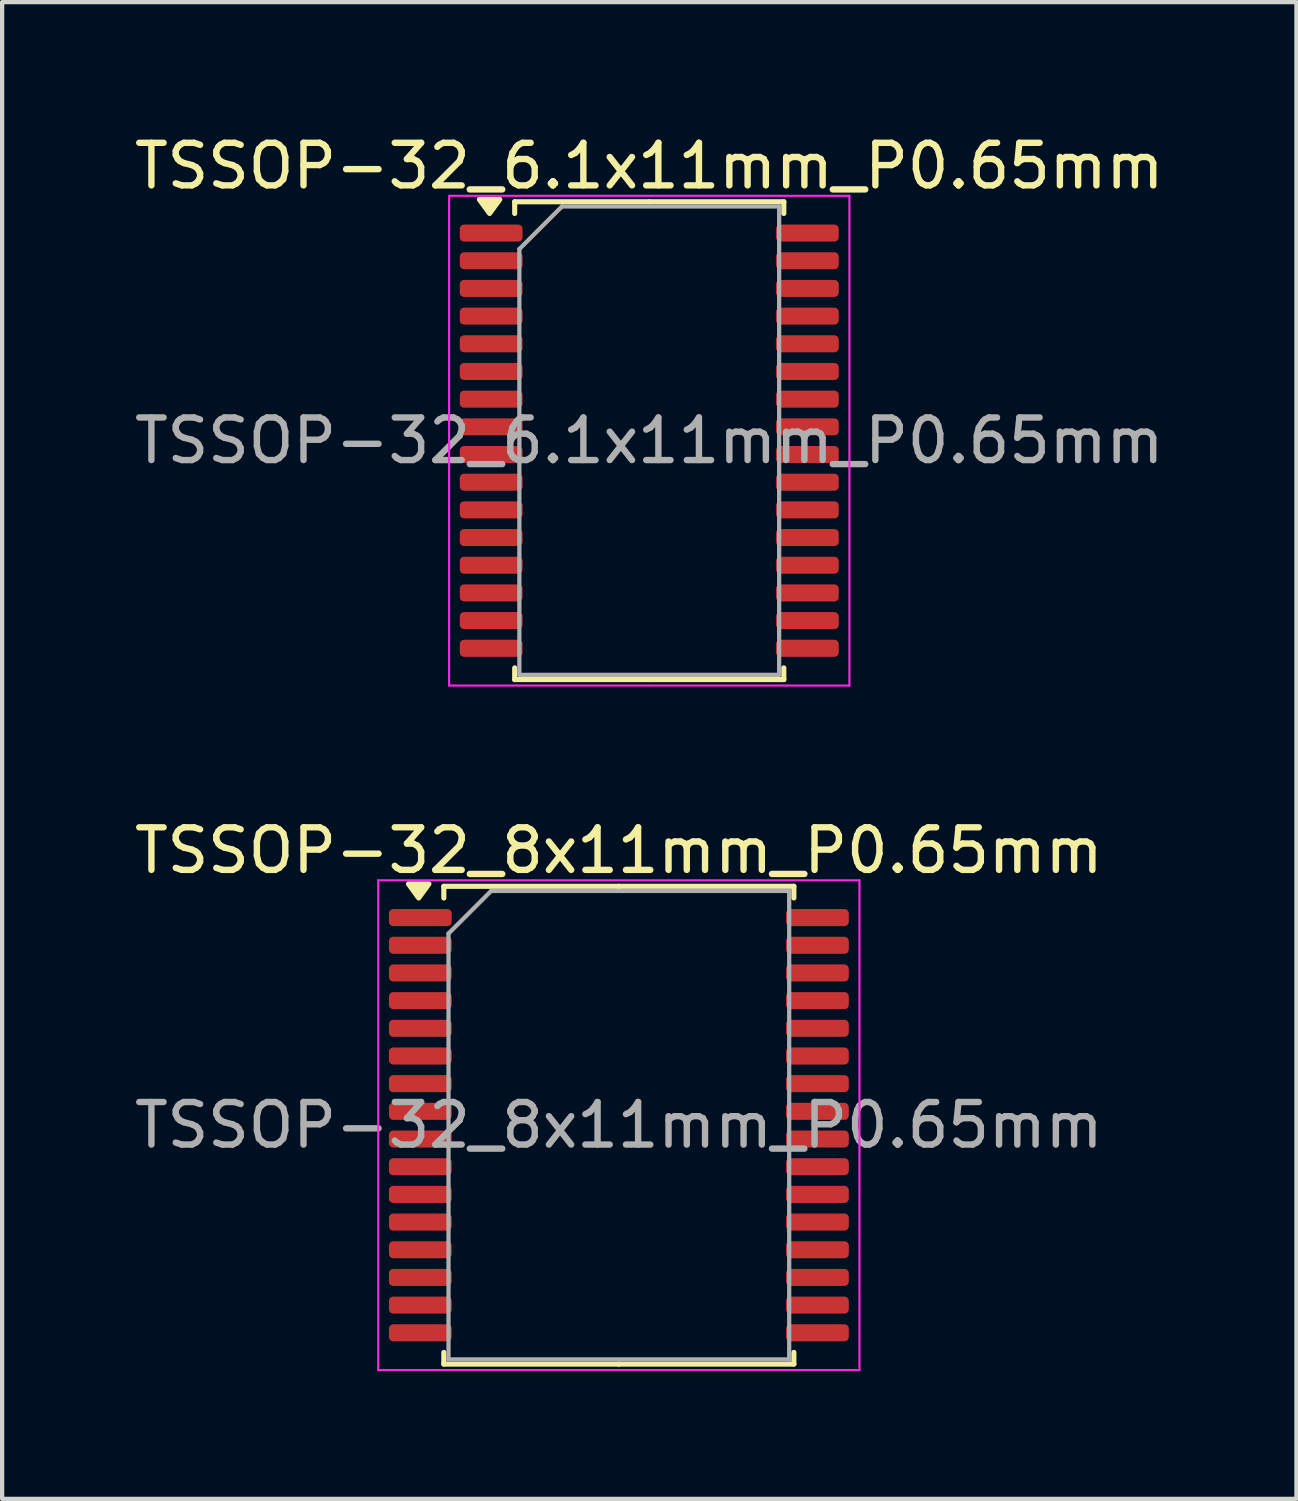
<source format=kicad_pcb>
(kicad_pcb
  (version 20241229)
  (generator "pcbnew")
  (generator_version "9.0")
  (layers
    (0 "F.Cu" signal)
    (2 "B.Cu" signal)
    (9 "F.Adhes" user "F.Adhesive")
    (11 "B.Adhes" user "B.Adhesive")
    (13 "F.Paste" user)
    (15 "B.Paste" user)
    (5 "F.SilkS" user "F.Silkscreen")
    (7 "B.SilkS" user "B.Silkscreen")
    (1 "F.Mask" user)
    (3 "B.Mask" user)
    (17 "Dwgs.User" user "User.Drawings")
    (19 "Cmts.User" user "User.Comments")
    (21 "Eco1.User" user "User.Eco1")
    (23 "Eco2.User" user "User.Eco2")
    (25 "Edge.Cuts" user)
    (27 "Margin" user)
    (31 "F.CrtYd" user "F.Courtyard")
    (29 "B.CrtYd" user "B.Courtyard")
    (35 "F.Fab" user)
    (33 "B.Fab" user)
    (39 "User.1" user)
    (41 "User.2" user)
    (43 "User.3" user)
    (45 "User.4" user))
  (footprint "TSSOP-32_8x11mm_P0.65mm"
    (layer "F.Cu")
    (at 11.482 23.372)
    (property "Reference" "TSSOP-32_8x11mm_P0.65mm" (at 0 -6.45 0) (layer "F.SilkS") (effects (font (size 1 1) (thickness 0.15))))
    (attr smd)
    (fp_line (start -4.11 -5.61) (end -4.11 -5.335) (stroke (width 0.12) (type solid)) (layer "F.SilkS"))
    (fp_line (start -4.11 5.61) (end -4.11 5.335) (stroke (width 0.12) (type solid)) (layer "F.SilkS"))
    (fp_line (start 0 -5.61) (end -4.11 -5.61) (stroke (width 0.12) (type solid)) (layer "F.SilkS"))
    (fp_line (start 0 -5.61) (end 4.11 -5.61) (stroke (width 0.12) (type solid)) (layer "F.SilkS"))
    (fp_line (start 0 5.61) (end -4.11 5.61) (stroke (width 0.12) (type solid)) (layer "F.SilkS"))
    (fp_line (start 0 5.61) (end 4.11 5.61) (stroke (width 0.12) (type solid)) (layer "F.SilkS"))
    (fp_line (start 4.11 -5.61) (end 4.11 -5.335) (stroke (width 0.12) (type solid)) (layer "F.SilkS"))
    (fp_line (start 4.11 5.61) (end 4.11 5.335) (stroke (width 0.12) (type solid)) (layer "F.SilkS"))
    (fp_poly (pts (xy -4.7 -5.335) (xy -4.94 -5.665) (xy -4.46 -5.665) (xy -4.7 -5.335)) (stroke (width 0.12) (type solid)) (fill yes) (layer "F.SilkS"))
    (fp_line (start -5.65 -5.75) (end -5.65 5.75) (stroke (width 0.05) (type solid)) (layer "F.CrtYd"))
    (fp_line (start -5.65 5.75) (end 5.65 5.75) (stroke (width 0.05) (type solid)) (layer "F.CrtYd"))
    (fp_line (start 5.65 -5.75) (end -5.65 -5.75) (stroke (width 0.05) (type solid)) (layer "F.CrtYd"))
    (fp_line (start 5.65 5.75) (end 5.65 -5.75) (stroke (width 0.05) (type solid)) (layer "F.CrtYd"))
    (fp_line (start -4 -4.5) (end -3 -5.5) (stroke (width 0.1) (type solid)) (layer "F.Fab"))
    (fp_line (start -4 5.5) (end -4 -4.5) (stroke (width 0.1) (type solid)) (layer "F.Fab"))
    (fp_line (start -3 -5.5) (end 4 -5.5) (stroke (width 0.1) (type solid)) (layer "F.Fab"))
    (fp_line (start 4 -5.5) (end 4 5.5) (stroke (width 0.1) (type solid)) (layer "F.Fab"))
    (fp_line (start 4 5.5) (end -4 5.5) (stroke (width 0.1) (type solid)) (layer "F.Fab"))
    (fp_text user "${REFERENCE}" (at 0 0 0) (layer "F.Fab") (effects (font (size 1 1) (thickness 0.15))))
    (pad "1" smd roundrect (at -4.662 -4.875) (size 1.475 0.4) (layers "F.Cu" "F.Mask" "F.Paste") (roundrect_rratio 0.25))
    (pad "2" smd roundrect (at -4.662 -4.225) (size 1.475 0.4) (layers "F.Cu" "F.Mask" "F.Paste") (roundrect_rratio 0.25))
    (pad "3" smd roundrect (at -4.662 -3.575) (size 1.475 0.4) (layers "F.Cu" "F.Mask" "F.Paste") (roundrect_rratio 0.25))
    (pad "4" smd roundrect (at -4.662 -2.925) (size 1.475 0.4) (layers "F.Cu" "F.Mask" "F.Paste") (roundrect_rratio 0.25))
    (pad "5" smd roundrect (at -4.662 -2.275) (size 1.475 0.4) (layers "F.Cu" "F.Mask" "F.Paste") (roundrect_rratio 0.25))
    (pad "6" smd roundrect (at -4.662 -1.625) (size 1.475 0.4) (layers "F.Cu" "F.Mask" "F.Paste") (roundrect_rratio 0.25))
    (pad "7" smd roundrect (at -4.662 -0.975) (size 1.475 0.4) (layers "F.Cu" "F.Mask" "F.Paste") (roundrect_rratio 0.25))
    (pad "8" smd roundrect (at -4.662 -0.325) (size 1.475 0.4) (layers "F.Cu" "F.Mask" "F.Paste") (roundrect_rratio 0.25))
    (pad "9" smd roundrect (at -4.662 0.325) (size 1.475 0.4) (layers "F.Cu" "F.Mask" "F.Paste") (roundrect_rratio 0.25))
    (pad "10" smd roundrect (at -4.662 0.975) (size 1.475 0.4) (layers "F.Cu" "F.Mask" "F.Paste") (roundrect_rratio 0.25))
    (pad "11" smd roundrect (at -4.662 1.625) (size 1.475 0.4) (layers "F.Cu" "F.Mask" "F.Paste") (roundrect_rratio 0.25))
    (pad "12" smd roundrect (at -4.662 2.275) (size 1.475 0.4) (layers "F.Cu" "F.Mask" "F.Paste") (roundrect_rratio 0.25))
    (pad "13" smd roundrect (at -4.662 2.925) (size 1.475 0.4) (layers "F.Cu" "F.Mask" "F.Paste") (roundrect_rratio 0.25))
    (pad "14" smd roundrect (at -4.662 3.575) (size 1.475 0.4) (layers "F.Cu" "F.Mask" "F.Paste") (roundrect_rratio 0.25))
    (pad "15" smd roundrect (at -4.662 4.225) (size 1.475 0.4) (layers "F.Cu" "F.Mask" "F.Paste") (roundrect_rratio 0.25))
    (pad "16" smd roundrect (at -4.662 4.875) (size 1.475 0.4) (layers "F.Cu" "F.Mask" "F.Paste") (roundrect_rratio 0.25))
    (pad "17" smd roundrect (at 4.662 4.875) (size 1.475 0.4) (layers "F.Cu" "F.Mask" "F.Paste") (roundrect_rratio 0.25))
    (pad "18" smd roundrect (at 4.662 4.225) (size 1.475 0.4) (layers "F.Cu" "F.Mask" "F.Paste") (roundrect_rratio 0.25))
    (pad "19" smd roundrect (at 4.662 3.575) (size 1.475 0.4) (layers "F.Cu" "F.Mask" "F.Paste") (roundrect_rratio 0.25))
    (pad "20" smd roundrect (at 4.662 2.925) (size 1.475 0.4) (layers "F.Cu" "F.Mask" "F.Paste") (roundrect_rratio 0.25))
    (pad "21" smd roundrect (at 4.662 2.275) (size 1.475 0.4) (layers "F.Cu" "F.Mask" "F.Paste") (roundrect_rratio 0.25))
    (pad "22" smd roundrect (at 4.662 1.625) (size 1.475 0.4) (layers "F.Cu" "F.Mask" "F.Paste") (roundrect_rratio 0.25))
    (pad "23" smd roundrect (at 4.662 0.975) (size 1.475 0.4) (layers "F.Cu" "F.Mask" "F.Paste") (roundrect_rratio 0.25))
    (pad "24" smd roundrect (at 4.662 0.325) (size 1.475 0.4) (layers "F.Cu" "F.Mask" "F.Paste") (roundrect_rratio 0.25))
    (pad "25" smd roundrect (at 4.662 -0.325) (size 1.475 0.4) (layers "F.Cu" "F.Mask" "F.Paste") (roundrect_rratio 0.25))
    (pad "26" smd roundrect (at 4.662 -0.975) (size 1.475 0.4) (layers "F.Cu" "F.Mask" "F.Paste") (roundrect_rratio 0.25))
    (pad "27" smd roundrect (at 4.662 -1.625) (size 1.475 0.4) (layers "F.Cu" "F.Mask" "F.Paste") (roundrect_rratio 0.25))
    (pad "28" smd roundrect (at 4.662 -2.275) (size 1.475 0.4) (layers "F.Cu" "F.Mask" "F.Paste") (roundrect_rratio 0.25))
    (pad "29" smd roundrect (at 4.662 -2.925) (size 1.475 0.4) (layers "F.Cu" "F.Mask" "F.Paste") (roundrect_rratio 0.25))
    (pad "30" smd roundrect (at 4.662 -3.575) (size 1.475 0.4) (layers "F.Cu" "F.Mask" "F.Paste") (roundrect_rratio 0.25))
    (pad "31" smd roundrect (at 4.662 -4.225) (size 1.475 0.4) (layers "F.Cu" "F.Mask" "F.Paste") (roundrect_rratio 0.25))
    (pad "32" smd roundrect (at 4.662 -4.875) (size 1.475 0.4) (layers "F.Cu" "F.Mask" "F.Paste") (roundrect_rratio 0.25)))
  (footprint "TSSOP-32_6.1x11mm_P0.65mm"
    (layer "F.Cu")
    (at 12.196 7.298)
    (property "Reference" "TSSOP-32_6.1x11mm_P0.65mm" (at 0 -6.45 0) (layer "F.SilkS") (effects (font (size 1 1) (thickness 0.15))))
    (attr smd)
    (fp_line (start -3.16 -5.61) (end -3.16 -5.335) (stroke (width 0.12) (type solid)) (layer "F.SilkS"))
    (fp_line (start -3.16 5.61) (end -3.16 5.335) (stroke (width 0.12) (type solid)) (layer "F.SilkS"))
    (fp_line (start 0 -5.61) (end -3.16 -5.61) (stroke (width 0.12) (type solid)) (layer "F.SilkS"))
    (fp_line (start 0 -5.61) (end 3.16 -5.61) (stroke (width 0.12) (type solid)) (layer "F.SilkS"))
    (fp_line (start 0 5.61) (end -3.16 5.61) (stroke (width 0.12) (type solid)) (layer "F.SilkS"))
    (fp_line (start 0 5.61) (end 3.16 5.61) (stroke (width 0.12) (type solid)) (layer "F.SilkS"))
    (fp_line (start 3.16 -5.61) (end 3.16 -5.335) (stroke (width 0.12) (type solid)) (layer "F.SilkS"))
    (fp_line (start 3.16 5.61) (end 3.16 5.335) (stroke (width 0.12) (type solid)) (layer "F.SilkS"))
    (fp_poly (pts (xy -3.75 -5.335) (xy -3.99 -5.665) (xy -3.51 -5.665) (xy -3.75 -5.335)) (stroke (width 0.12) (type solid)) (fill yes) (layer "F.SilkS"))
    (fp_line (start -4.7 -5.75) (end -4.7 5.75) (stroke (width 0.05) (type solid)) (layer "F.CrtYd"))
    (fp_line (start -4.7 5.75) (end 4.7 5.75) (stroke (width 0.05) (type solid)) (layer "F.CrtYd"))
    (fp_line (start 4.7 -5.75) (end -4.7 -5.75) (stroke (width 0.05) (type solid)) (layer "F.CrtYd"))
    (fp_line (start 4.7 5.75) (end 4.7 -5.75) (stroke (width 0.05) (type solid)) (layer "F.CrtYd"))
    (fp_line (start -3.05 -4.5) (end -2.05 -5.5) (stroke (width 0.1) (type solid)) (layer "F.Fab"))
    (fp_line (start -3.05 5.5) (end -3.05 -4.5) (stroke (width 0.1) (type solid)) (layer "F.Fab"))
    (fp_line (start -2.05 -5.5) (end 3.05 -5.5) (stroke (width 0.1) (type solid)) (layer "F.Fab"))
    (fp_line (start 3.05 -5.5) (end 3.05 5.5) (stroke (width 0.1) (type solid)) (layer "F.Fab"))
    (fp_line (start 3.05 5.5) (end -3.05 5.5) (stroke (width 0.1) (type solid)) (layer "F.Fab"))
    (fp_text user "${REFERENCE}" (at 0 0 0) (layer "F.Fab") (effects (font (size 1 1) (thickness 0.15))))
    (pad "1" smd roundrect (at -3.712 -4.875) (size 1.475 0.4) (layers "F.Cu" "F.Mask" "F.Paste") (roundrect_rratio 0.25))
    (pad "2" smd roundrect (at -3.712 -4.225) (size 1.475 0.4) (layers "F.Cu" "F.Mask" "F.Paste") (roundrect_rratio 0.25))
    (pad "3" smd roundrect (at -3.712 -3.575) (size 1.475 0.4) (layers "F.Cu" "F.Mask" "F.Paste") (roundrect_rratio 0.25))
    (pad "4" smd roundrect (at -3.712 -2.925) (size 1.475 0.4) (layers "F.Cu" "F.Mask" "F.Paste") (roundrect_rratio 0.25))
    (pad "5" smd roundrect (at -3.712 -2.275) (size 1.475 0.4) (layers "F.Cu" "F.Mask" "F.Paste") (roundrect_rratio 0.25))
    (pad "6" smd roundrect (at -3.712 -1.625) (size 1.475 0.4) (layers "F.Cu" "F.Mask" "F.Paste") (roundrect_rratio 0.25))
    (pad "7" smd roundrect (at -3.712 -0.975) (size 1.475 0.4) (layers "F.Cu" "F.Mask" "F.Paste") (roundrect_rratio 0.25))
    (pad "8" smd roundrect (at -3.712 -0.325) (size 1.475 0.4) (layers "F.Cu" "F.Mask" "F.Paste") (roundrect_rratio 0.25))
    (pad "9" smd roundrect (at -3.712 0.325) (size 1.475 0.4) (layers "F.Cu" "F.Mask" "F.Paste") (roundrect_rratio 0.25))
    (pad "10" smd roundrect (at -3.712 0.975) (size 1.475 0.4) (layers "F.Cu" "F.Mask" "F.Paste") (roundrect_rratio 0.25))
    (pad "11" smd roundrect (at -3.712 1.625) (size 1.475 0.4) (layers "F.Cu" "F.Mask" "F.Paste") (roundrect_rratio 0.25))
    (pad "12" smd roundrect (at -3.712 2.275) (size 1.475 0.4) (layers "F.Cu" "F.Mask" "F.Paste") (roundrect_rratio 0.25))
    (pad "13" smd roundrect (at -3.712 2.925) (size 1.475 0.4) (layers "F.Cu" "F.Mask" "F.Paste") (roundrect_rratio 0.25))
    (pad "14" smd roundrect (at -3.712 3.575) (size 1.475 0.4) (layers "F.Cu" "F.Mask" "F.Paste") (roundrect_rratio 0.25))
    (pad "15" smd roundrect (at -3.712 4.225) (size 1.475 0.4) (layers "F.Cu" "F.Mask" "F.Paste") (roundrect_rratio 0.25))
    (pad "16" smd roundrect (at -3.712 4.875) (size 1.475 0.4) (layers "F.Cu" "F.Mask" "F.Paste") (roundrect_rratio 0.25))
    (pad "17" smd roundrect (at 3.712 4.875) (size 1.475 0.4) (layers "F.Cu" "F.Mask" "F.Paste") (roundrect_rratio 0.25))
    (pad "18" smd roundrect (at 3.712 4.225) (size 1.475 0.4) (layers "F.Cu" "F.Mask" "F.Paste") (roundrect_rratio 0.25))
    (pad "19" smd roundrect (at 3.712 3.575) (size 1.475 0.4) (layers "F.Cu" "F.Mask" "F.Paste") (roundrect_rratio 0.25))
    (pad "20" smd roundrect (at 3.712 2.925) (size 1.475 0.4) (layers "F.Cu" "F.Mask" "F.Paste") (roundrect_rratio 0.25))
    (pad "21" smd roundrect (at 3.712 2.275) (size 1.475 0.4) (layers "F.Cu" "F.Mask" "F.Paste") (roundrect_rratio 0.25))
    (pad "22" smd roundrect (at 3.712 1.625) (size 1.475 0.4) (layers "F.Cu" "F.Mask" "F.Paste") (roundrect_rratio 0.25))
    (pad "23" smd roundrect (at 3.712 0.975) (size 1.475 0.4) (layers "F.Cu" "F.Mask" "F.Paste") (roundrect_rratio 0.25))
    (pad "24" smd roundrect (at 3.712 0.325) (size 1.475 0.4) (layers "F.Cu" "F.Mask" "F.Paste") (roundrect_rratio 0.25))
    (pad "25" smd roundrect (at 3.712 -0.325) (size 1.475 0.4) (layers "F.Cu" "F.Mask" "F.Paste") (roundrect_rratio 0.25))
    (pad "26" smd roundrect (at 3.712 -0.975) (size 1.475 0.4) (layers "F.Cu" "F.Mask" "F.Paste") (roundrect_rratio 0.25))
    (pad "27" smd roundrect (at 3.712 -1.625) (size 1.475 0.4) (layers "F.Cu" "F.Mask" "F.Paste") (roundrect_rratio 0.25))
    (pad "28" smd roundrect (at 3.712 -2.275) (size 1.475 0.4) (layers "F.Cu" "F.Mask" "F.Paste") (roundrect_rratio 0.25))
    (pad "29" smd roundrect (at 3.712 -2.925) (size 1.475 0.4) (layers "F.Cu" "F.Mask" "F.Paste") (roundrect_rratio 0.25))
    (pad "30" smd roundrect (at 3.712 -3.575) (size 1.475 0.4) (layers "F.Cu" "F.Mask" "F.Paste") (roundrect_rratio 0.25))
    (pad "31" smd roundrect (at 3.712 -4.225) (size 1.475 0.4) (layers "F.Cu" "F.Mask" "F.Paste") (roundrect_rratio 0.25))
    (pad "32" smd roundrect (at 3.712 -4.875) (size 1.475 0.4) (layers "F.Cu" "F.Mask" "F.Paste") (roundrect_rratio 0.25)))
  (gr_rect
    (start -3 -3)
    (end 27.393 32.147)
    (stroke (width 0.1) (type default))
    (fill no)
    (layer "Edge.Cuts")))
</source>
